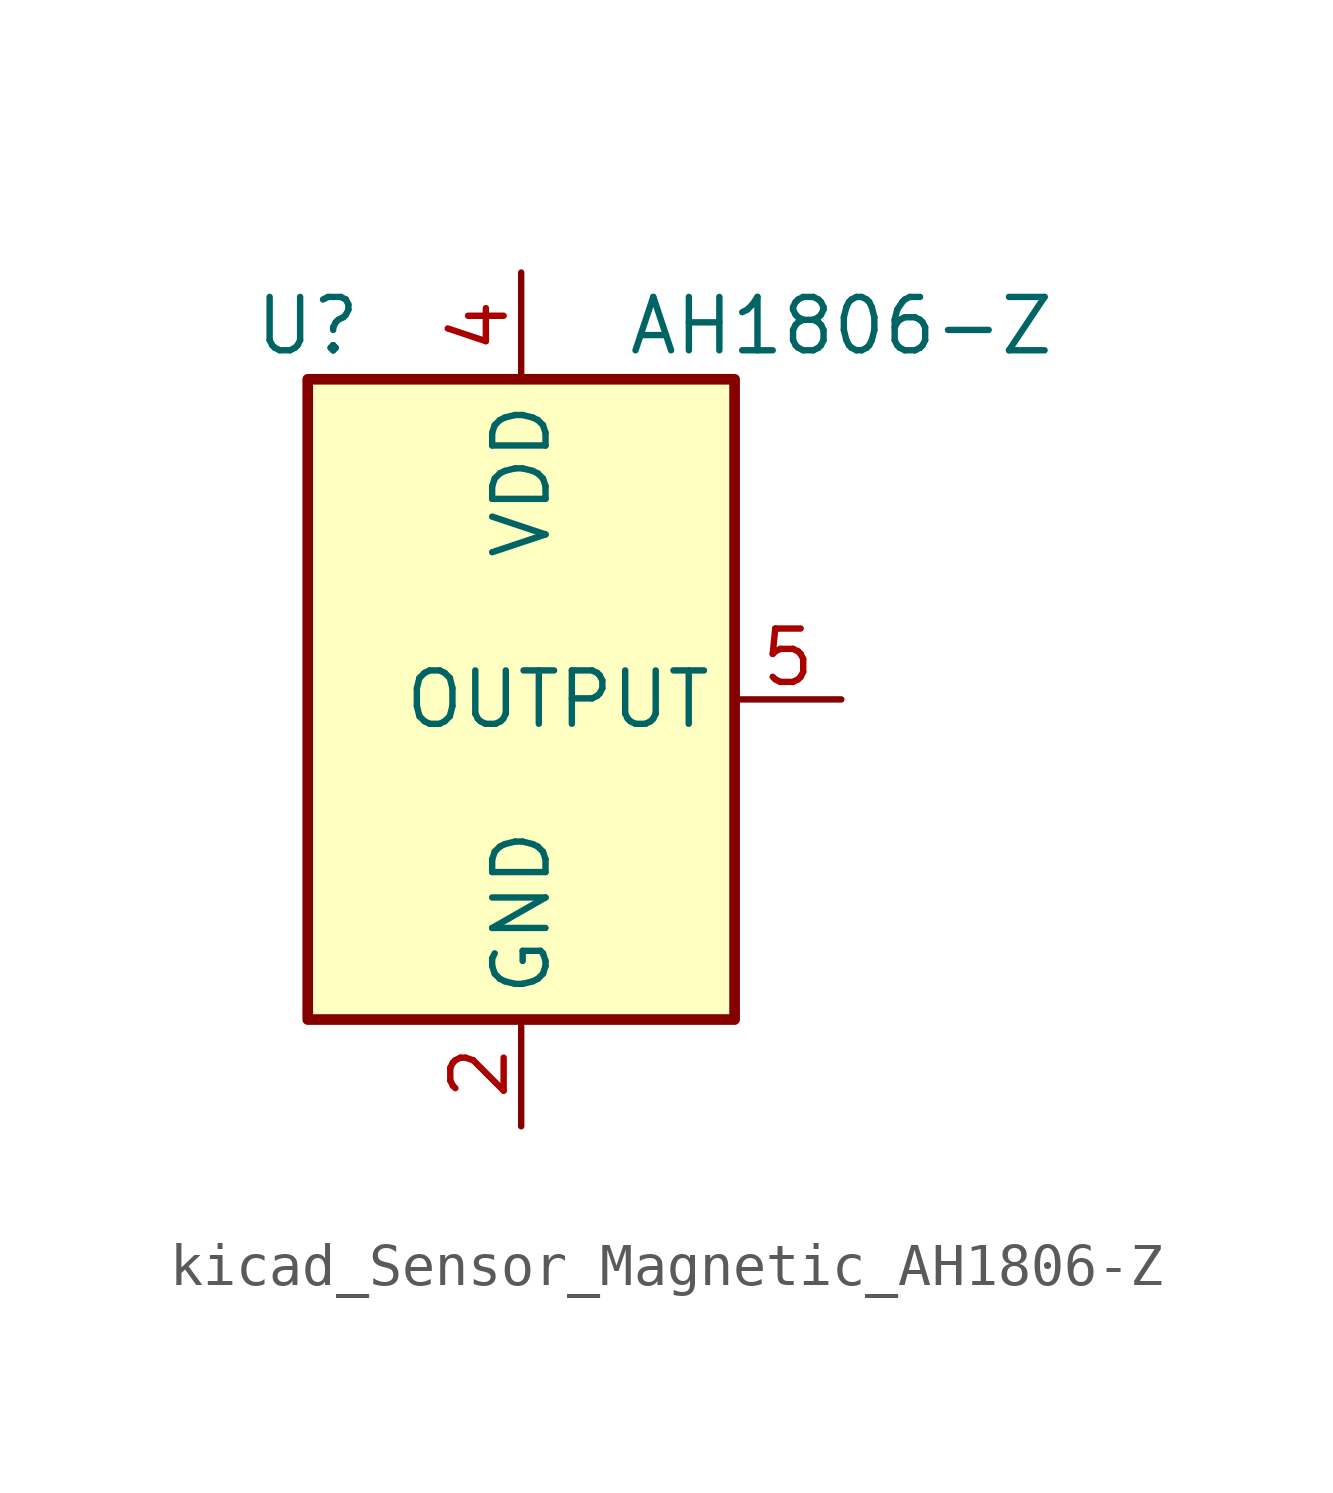
<source format=kicad_sym>
(kicad_symbol_lib
  (version 20220914)
  (generator kicad_symbol_editor)
  (symbol "kicad_Sensor_Magnetic_AH1806-Z"
    (property "Reference" "U"
      (at -5.08 8.89 0)
      (effects (font (size 1.27 1.27))))
    (property "Value" "AH1806-Z"
      (at 7.62 8.89 0)
      (effects (font (size 1.27 1.27))))
    (symbol "kicad_Sensor_Magnetic_AH1806-Z_0_1"
      (rectangle (start 5.08 7.62) (end -5.08 -7.62) (stroke (width 0.254) (type default)) (fill (type background))))
    (symbol "kicad_Sensor_Magnetic_AH1806-Z_1_1"
      (pin no_connect line (at 5.08 2.54 180) (length 2.54) hide (name "NC" (effects (font (size 1.27 1.27)))) (number "1" (effects (font (size 1.27 1.27)))))
      (pin power_in line (at 0 -10.16 90) (length 2.54) (name "GND" (effects (font (size 1.27 1.27)))) (number "2" (effects (font (size 1.27 1.27)))))
      (pin no_connect line (at 5.08 -2.54 180) (length 2.54) hide (name "NC" (effects (font (size 1.27 1.27)))) (number "3" (effects (font (size 1.27 1.27)))))
      (pin power_in line (at 0 10.16 270) (length 2.54) (name "VDD" (effects (font (size 1.27 1.27)))) (number "4" (effects (font (size 1.27 1.27)))))
      (pin open_collector line (at 7.62 0 180) (length 2.54) (name "OUTPUT" (effects (font (size 1.27 1.27)))) (number "5" (effects (font (size 1.27 1.27))))))))
</source>
